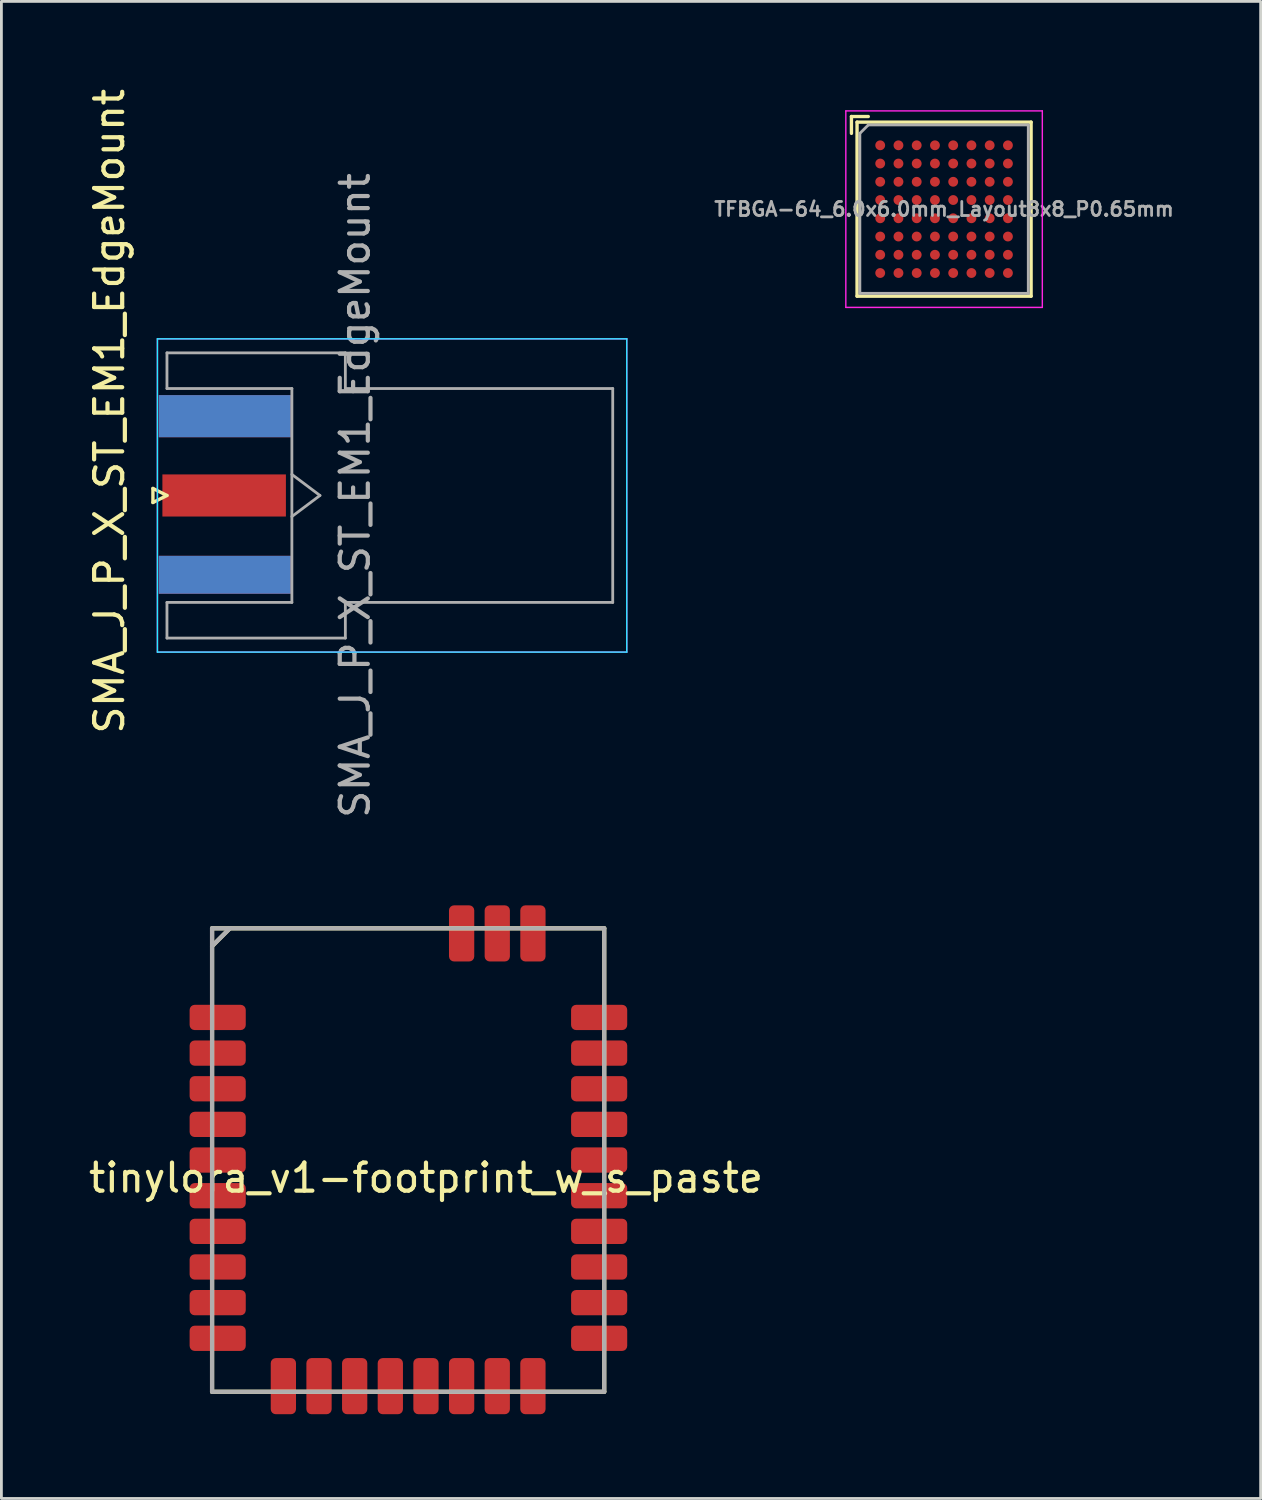
<source format=kicad_pcb>
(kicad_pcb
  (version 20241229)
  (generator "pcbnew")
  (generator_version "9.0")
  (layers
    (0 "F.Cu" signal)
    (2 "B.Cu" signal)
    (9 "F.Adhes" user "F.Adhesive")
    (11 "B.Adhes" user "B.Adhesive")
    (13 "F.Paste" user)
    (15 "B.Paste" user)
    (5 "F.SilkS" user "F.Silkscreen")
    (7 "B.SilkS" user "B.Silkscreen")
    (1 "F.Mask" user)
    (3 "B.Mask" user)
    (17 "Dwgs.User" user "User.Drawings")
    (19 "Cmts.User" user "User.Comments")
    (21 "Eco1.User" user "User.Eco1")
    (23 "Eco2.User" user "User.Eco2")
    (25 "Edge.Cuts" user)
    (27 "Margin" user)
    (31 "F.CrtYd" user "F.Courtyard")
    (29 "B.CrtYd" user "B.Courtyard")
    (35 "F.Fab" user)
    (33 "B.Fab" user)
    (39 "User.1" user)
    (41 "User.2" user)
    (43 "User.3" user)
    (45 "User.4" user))
  (footprint "SMA_J_P_X_ST_EM1_EdgeMount"
    (layer "F.Cu")
    (at 4.808 14.601)
    (property "Reference" "SMA_J_P_X_ST_EM1_EdgeMount" (at -3.96 -3 90) (layer "F.SilkS") (effects (font (size 1 1) (thickness 0.15))))
    (attr smd)
    (fp_line (start -2.41 -0.25) (end -2.41 0.25) (stroke (width 0.12) (type solid)) (layer "F.SilkS"))
    (fp_line (start -2.41 0.25) (end -1.91 0) (stroke (width 0.12) (type solid)) (layer "F.SilkS"))
    (fp_line (start -1.91 0) (end -2.41 -0.25) (stroke (width 0.12) (type solid)) (layer "F.SilkS"))
    (fp_line (start -2.25 5.58) (end -2.25 -5.58) (stroke (width 0.05) (type solid)) (layer "B.CrtYd"))
    (fp_line (start 14.47 -5.58) (end -2.25 -5.58) (stroke (width 0.05) (type solid)) (layer "B.CrtYd"))
    (fp_line (start 14.47 -5.58) (end 14.47 5.58) (stroke (width 0.05) (type solid)) (layer "B.CrtYd"))
    (fp_line (start 14.47 5.58) (end -2.25 5.58) (stroke (width 0.05) (type solid)) (layer "B.CrtYd"))
    (fp_line (start -2.25 5.58) (end -2.25 -5.58) (stroke (width 0.05) (type solid)) (layer "F.CrtYd"))
    (fp_line (start 14.47 -5.58) (end -2.25 -5.58) (stroke (width 0.05) (type solid)) (layer "F.CrtYd"))
    (fp_line (start 14.47 -5.58) (end 14.47 5.58) (stroke (width 0.05) (type solid)) (layer "F.CrtYd"))
    (fp_line (start 14.47 5.58) (end -2.25 5.58) (stroke (width 0.05) (type solid)) (layer "F.CrtYd"))
    (fp_line (start -1.91 -5.08) (end -1.91 -3.81) (stroke (width 0.1) (type solid)) (layer "F.Fab"))
    (fp_line (start -1.91 -5.08) (end 4.445 -5.08) (stroke (width 0.1) (type solid)) (layer "F.Fab"))
    (fp_line (start -1.91 -3.81) (end 2.54 -3.81) (stroke (width 0.1) (type solid)) (layer "F.Fab"))
    (fp_line (start -1.91 3.81) (end -1.91 5.08) (stroke (width 0.1) (type solid)) (layer "F.Fab"))
    (fp_line (start -1.91 5.08) (end 4.445 5.08) (stroke (width 0.1) (type solid)) (layer "F.Fab"))
    (fp_line (start 2.54 -3.81) (end 2.54 3.81) (stroke (width 0.1) (type solid)) (layer "F.Fab"))
    (fp_line (start 2.54 -0.75) (end 3.54 0) (stroke (width 0.1) (type solid)) (layer "F.Fab"))
    (fp_line (start 2.54 3.81) (end -1.91 3.81) (stroke (width 0.1) (type solid)) (layer "F.Fab"))
    (fp_line (start 3.54 0) (end 2.54 0.75) (stroke (width 0.1) (type solid)) (layer "F.Fab"))
    (fp_line (start 4.445 -3.81) (end 4.445 -5.08) (stroke (width 0.1) (type solid)) (layer "F.Fab"))
    (fp_line (start 4.445 -3.81) (end 13.97 -3.81) (stroke (width 0.1) (type solid)) (layer "F.Fab"))
    (fp_line (start 4.445 5.08) (end 4.445 3.81) (stroke (width 0.1) (type solid)) (layer "F.Fab"))
    (fp_line (start 13.97 -3.81) (end 13.97 3.81) (stroke (width 0.1) (type solid)) (layer "F.Fab"))
    (fp_line (start 13.97 3.81) (end 4.445 3.81) (stroke (width 0.1) (type solid)) (layer "F.Fab"))
    (fp_text user "${REFERENCE}" (at 4.79 0 270) (layer "F.Fab") (effects (font (size 1 1) (thickness 0.15))))
    (pad "1" smd rect (at 0.127 0 90) (size 1.5 4.4) (layers "F.Cu" "F.Mask" "F.Paste"))
    (pad "2" smd rect (at 0.15 -2.825 90) (size 1.5 4.7) (layers "F.Cu" "F.Mask" "F.Paste"))
    (pad "2" smd rect (at 0.15 -2.825 90) (size 1.5 4.7) (layers "B.Cu" "B.Mask" "B.Paste"))
    (pad "2" smd rect (at 0.15 2.825 90) (size 1.35 4.7) (layers "F.Cu" "F.Mask" "F.Paste"))
    (pad "2" smd rect (at 0.15 2.825 90) (size 1.35 4.7) (layers "B.Cu" "B.Mask" "B.Paste")))
  (footprint "TFBGA-64_6.0x6.0mm_Layout8x8_P0.65mm"
    (layer "F.Cu")
    (at 30.582 4.401)
    (property "Reference" "TFBGA-64_6.0x6.0mm_Layout8x8_P0.65mm" (at 0 -4.4 0) (layer "F.SilkS") (effects (font (size 0.001 0.001) (thickness 0.15))))
    (attr smd)
    (fp_line (start -3.3 -3.3) (end -3.3 -2.7) (stroke (width 0.12) (type solid)) (layer "F.SilkS"))
    (fp_line (start -3.1 -3.1) (end -3.1 3.1) (stroke (width 0.12) (type solid)) (layer "F.SilkS"))
    (fp_line (start -3.1 -3.1) (end 3.1 -3.1) (stroke (width 0.12) (type solid)) (layer "F.SilkS"))
    (fp_line (start -3.1 3.1) (end 3.1 3.1) (stroke (width 0.12) (type solid)) (layer "F.SilkS"))
    (fp_line (start -2.7 -3.3) (end -3.3 -3.3) (stroke (width 0.12) (type solid)) (layer "F.SilkS"))
    (fp_line (start 3.1 -3.1) (end 3.1 3.1) (stroke (width 0.12) (type solid)) (layer "F.SilkS"))
    (fp_line (start -3.5 -3.5) (end 3.5 -3.5) (stroke (width 0.05) (type solid)) (layer "F.CrtYd"))
    (fp_line (start -3.5 3.5) (end -3.5 -3.5) (stroke (width 0.05) (type solid)) (layer "F.CrtYd"))
    (fp_line (start -3.5 3.5) (end 3.5 3.5) (stroke (width 0.05) (type solid)) (layer "F.CrtYd"))
    (fp_line (start 3.5 3.5) (end 3.5 -3.5) (stroke (width 0.05) (type solid)) (layer "F.CrtYd"))
    (fp_line (start -3 -2.7) (end -2.7 -3) (stroke (width 0.1) (type solid)) (layer "F.Fab"))
    (fp_line (start -3 3) (end -3 -2.7) (stroke (width 0.1) (type solid)) (layer "F.Fab"))
    (fp_line (start -3 3) (end 3 3) (stroke (width 0.1) (type solid)) (layer "F.Fab"))
    (fp_line (start -2.7 -3) (end 3 -3) (stroke (width 0.1) (type solid)) (layer "F.Fab"))
    (fp_line (start 3 3) (end 3 -3) (stroke (width 0.1) (type solid)) (layer "F.Fab"))
    (fp_text user "${REFERENCE}" (at 0 0 0) (layer "F.Fab") (effects (font (size 0.5 0.5) (thickness 0.1))))
    (pad "A1" smd circle (at -2.275 -2.275) (size 0.35 0.35) (layers "F.Cu" "F.Mask" "F.Paste"))
    (pad "A2" smd circle (at -1.625 -2.275) (size 0.35 0.35) (layers "F.Cu" "F.Mask" "F.Paste"))
    (pad "A3" smd circle (at -0.975 -2.275) (size 0.35 0.35) (layers "F.Cu" "F.Mask" "F.Paste"))
    (pad "A4" smd circle (at -0.325 -2.275) (size 0.35 0.35) (layers "F.Cu" "F.Mask" "F.Paste"))
    (pad "A5" smd circle (at 0.325 -2.275) (size 0.35 0.35) (layers "F.Cu" "F.Mask" "F.Paste"))
    (pad "A6" smd circle (at 0.975 -2.275) (size 0.35 0.35) (layers "F.Cu" "F.Mask" "F.Paste"))
    (pad "A7" smd circle (at 1.625 -2.275) (size 0.35 0.35) (layers "F.Cu" "F.Mask" "F.Paste"))
    (pad "A8" smd circle (at 2.275 -2.275) (size 0.35 0.35) (layers "F.Cu" "F.Mask" "F.Paste"))
    (pad "B1" smd circle (at -2.275 -1.625) (size 0.35 0.35) (layers "F.Cu" "F.Mask" "F.Paste"))
    (pad "B2" smd circle (at -1.625 -1.625) (size 0.35 0.35) (layers "F.Cu" "F.Mask" "F.Paste"))
    (pad "B3" smd circle (at -0.975 -1.625) (size 0.35 0.35) (layers "F.Cu" "F.Mask" "F.Paste"))
    (pad "B4" smd circle (at -0.325 -1.625) (size 0.35 0.35) (layers "F.Cu" "F.Mask" "F.Paste"))
    (pad "B5" smd circle (at 0.325 -1.625) (size 0.35 0.35) (layers "F.Cu" "F.Mask" "F.Paste"))
    (pad "B6" smd circle (at 0.975 -1.625) (size 0.35 0.35) (layers "F.Cu" "F.Mask" "F.Paste"))
    (pad "B7" smd circle (at 1.625 -1.625) (size 0.35 0.35) (layers "F.Cu" "F.Mask" "F.Paste"))
    (pad "B8" smd circle (at 2.275 -1.625) (size 0.35 0.35) (layers "F.Cu" "F.Mask" "F.Paste"))
    (pad "C1" smd circle (at -2.275 -0.975) (size 0.35 0.35) (layers "F.Cu" "F.Mask" "F.Paste"))
    (pad "C2" smd circle (at -1.625 -0.975) (size 0.35 0.35) (layers "F.Cu" "F.Mask" "F.Paste"))
    (pad "C3" smd circle (at -0.975 -0.975) (size 0.35 0.35) (layers "F.Cu" "F.Mask" "F.Paste"))
    (pad "C4" smd circle (at -0.325 -0.975) (size 0.35 0.35) (layers "F.Cu" "F.Mask" "F.Paste"))
    (pad "C5" smd circle (at 0.325 -0.975) (size 0.35 0.35) (layers "F.Cu" "F.Mask" "F.Paste"))
    (pad "C6" smd circle (at 0.975 -0.975) (size 0.35 0.35) (layers "F.Cu" "F.Mask" "F.Paste"))
    (pad "C7" smd circle (at 1.625 -0.975) (size 0.35 0.35) (layers "F.Cu" "F.Mask" "F.Paste"))
    (pad "C8" smd circle (at 2.275 -0.975) (size 0.35 0.35) (layers "F.Cu" "F.Mask" "F.Paste"))
    (pad "D1" smd circle (at -2.275 -0.325) (size 0.35 0.35) (layers "F.Cu" "F.Mask" "F.Paste"))
    (pad "D2" smd circle (at -1.625 -0.325) (size 0.35 0.35) (layers "F.Cu" "F.Mask" "F.Paste"))
    (pad "D3" smd circle (at -0.975 -0.325) (size 0.35 0.35) (layers "F.Cu" "F.Mask" "F.Paste"))
    (pad "D4" smd circle (at -0.325 -0.325) (size 0.35 0.35) (layers "F.Cu" "F.Mask" "F.Paste"))
    (pad "D5" smd circle (at 0.325 -0.325) (size 0.35 0.35) (layers "F.Cu" "F.Mask" "F.Paste"))
    (pad "D6" smd circle (at 0.975 -0.325) (size 0.35 0.35) (layers "F.Cu" "F.Mask" "F.Paste"))
    (pad "D7" smd circle (at 1.625 -0.325) (size 0.35 0.35) (layers "F.Cu" "F.Mask" "F.Paste"))
    (pad "D8" smd circle (at 2.275 -0.325) (size 0.35 0.35) (layers "F.Cu" "F.Mask" "F.Paste"))
    (pad "E1" smd circle (at -2.275 0.325) (size 0.35 0.35) (layers "F.Cu" "F.Mask" "F.Paste"))
    (pad "E2" smd circle (at -1.625 0.325) (size 0.35 0.35) (layers "F.Cu" "F.Mask" "F.Paste"))
    (pad "E3" smd circle (at -0.975 0.325) (size 0.35 0.35) (layers "F.Cu" "F.Mask" "F.Paste"))
    (pad "E4" smd circle (at -0.325 0.325) (size 0.35 0.35) (layers "F.Cu" "F.Mask" "F.Paste"))
    (pad "E5" smd circle (at 0.325 0.325) (size 0.35 0.35) (layers "F.Cu" "F.Mask" "F.Paste"))
    (pad "E6" smd circle (at 0.975 0.325) (size 0.35 0.35) (layers "F.Cu" "F.Mask" "F.Paste"))
    (pad "E7" smd circle (at 1.625 0.325) (size 0.35 0.35) (layers "F.Cu" "F.Mask" "F.Paste"))
    (pad "E8" smd circle (at 2.275 0.325) (size 0.35 0.35) (layers "F.Cu" "F.Mask" "F.Paste"))
    (pad "F1" smd circle (at -2.275 0.975) (size 0.35 0.35) (layers "F.Cu" "F.Mask" "F.Paste"))
    (pad "F2" smd circle (at -1.625 0.975) (size 0.35 0.35) (layers "F.Cu" "F.Mask" "F.Paste"))
    (pad "F3" smd circle (at -0.975 0.975) (size 0.35 0.35) (layers "F.Cu" "F.Mask" "F.Paste"))
    (pad "F4" smd circle (at -0.325 0.975) (size 0.35 0.35) (layers "F.Cu" "F.Mask" "F.Paste"))
    (pad "F5" smd circle (at 0.325 0.975) (size 0.35 0.35) (layers "F.Cu" "F.Mask" "F.Paste"))
    (pad "F6" smd circle (at 0.975 0.975) (size 0.35 0.35) (layers "F.Cu" "F.Mask" "F.Paste"))
    (pad "F7" smd circle (at 1.625 0.975) (size 0.35 0.35) (layers "F.Cu" "F.Mask" "F.Paste"))
    (pad "F8" smd circle (at 2.275 0.975) (size 0.35 0.35) (layers "F.Cu" "F.Mask" "F.Paste"))
    (pad "G1" smd circle (at -2.275 1.625) (size 0.35 0.35) (layers "F.Cu" "F.Mask" "F.Paste"))
    (pad "G2" smd circle (at -1.625 1.625) (size 0.35 0.35) (layers "F.Cu" "F.Mask" "F.Paste"))
    (pad "G3" smd circle (at -0.975 1.625) (size 0.35 0.35) (layers "F.Cu" "F.Mask" "F.Paste"))
    (pad "G4" smd circle (at -0.325 1.625) (size 0.35 0.35) (layers "F.Cu" "F.Mask" "F.Paste"))
    (pad "G5" smd circle (at 0.325 1.625) (size 0.35 0.35) (layers "F.Cu" "F.Mask" "F.Paste"))
    (pad "G6" smd circle (at 0.975 1.625) (size 0.35 0.35) (layers "F.Cu" "F.Mask" "F.Paste"))
    (pad "G7" smd circle (at 1.625 1.625) (size 0.35 0.35) (layers "F.Cu" "F.Mask" "F.Paste"))
    (pad "G8" smd circle (at 2.275 1.625) (size 0.35 0.35) (layers "F.Cu" "F.Mask" "F.Paste"))
    (pad "H1" smd circle (at -2.275 2.275) (size 0.35 0.35) (layers "F.Cu" "F.Mask" "F.Paste"))
    (pad "H2" smd circle (at -1.625 2.275) (size 0.35 0.35) (layers "F.Cu" "F.Mask" "F.Paste"))
    (pad "H3" smd circle (at -0.975 2.275) (size 0.35 0.35) (layers "F.Cu" "F.Mask" "F.Paste"))
    (pad "H4" smd circle (at -0.325 2.275) (size 0.35 0.35) (layers "F.Cu" "F.Mask" "F.Paste"))
    (pad "H5" smd circle (at 0.325 2.275) (size 0.35 0.35) (layers "F.Cu" "F.Mask" "F.Paste"))
    (pad "H6" smd circle (at 0.975 2.275) (size 0.35 0.35) (layers "F.Cu" "F.Mask" "F.Paste"))
    (pad "H7" smd circle (at 1.625 2.275) (size 0.35 0.35) (layers "F.Cu" "F.Mask" "F.Paste"))
    (pad "H8" smd circle (at 2.275 2.275) (size 0.35 0.35) (layers "F.Cu" "F.Mask" "F.Paste")))
  (footprint "tinylora_v1-footprint_w_s_paste"
    (layer "F.Cu")
    (at 4.505 33.196)
    (property "Reference" "tinylora_v1-footprint_w_s_paste" (at 7.62 5.715 0) (layer "F.SilkS") (effects (font (size 1 1) (thickness 0.15))))
    (attr through_hole)
    (fp_line (start 0 -3.175) (end 13.97 -3.175) (stroke (width 0.15) (type solid)) (layer "F.SilkS"))
    (fp_line (start 0 13.335) (end 0 -3.175) (stroke (width 0.15) (type solid)) (layer "F.SilkS"))
    (fp_line (start 0.635 -3.175) (end 0 -2.54) (stroke (width 0.15) (type solid)) (layer "F.SilkS"))
    (fp_line (start 13.97 -3.175) (end 13.97 13.335) (stroke (width 0.15) (type solid)) (layer "F.SilkS"))
    (fp_line (start 13.97 13.335) (end 0 13.335) (stroke (width 0.15) (type solid)) (layer "F.SilkS"))
    (fp_line (start 0 -3.175) (end 13.97 -3.175) (stroke (width 0.15) (type solid)) (layer "F.Fab"))
    (fp_line (start 0 13.335) (end 0 -3.175) (stroke (width 0.15) (type solid)) (layer "F.Fab"))
    (fp_line (start 0.635 -3.175) (end 0 -2.54) (stroke (width 0.15) (type solid)) (layer "F.Fab"))
    (fp_line (start 13.97 -3.175) (end 13.97 13.335) (stroke (width 0.15) (type solid)) (layer "F.Fab"))
    (fp_line (start 13.97 13.335) (end 0 13.335) (stroke (width 0.15) (type solid)) (layer "F.Fab"))
    (pad "1" smd roundrect (at 0 0) (size 2 0.9) (drill (offset 0.2 0)) (layers "F.Cu" "F.Mask" "F.Paste") (roundrect_rratio 0.2))
    (pad "2" smd roundrect (at 0 1.27) (size 2 0.9) (drill (offset 0.2 0)) (layers "F.Cu" "F.Mask" "F.Paste") (roundrect_rratio 0.2))
    (pad "3" smd roundrect (at 0 2.54) (size 2 0.9) (drill (offset 0.2 0)) (layers "F.Cu" "F.Mask" "F.Paste") (roundrect_rratio 0.2))
    (pad "4" smd roundrect (at 0 3.81) (size 2 0.9) (drill (offset 0.2 0)) (layers "F.Cu" "F.Mask" "F.Paste") (roundrect_rratio 0.2))
    (pad "5" smd roundrect (at 0 5.08) (size 2 0.9) (drill (offset 0.2 0)) (layers "F.Cu" "F.Mask" "F.Paste") (roundrect_rratio 0.2))
    (pad "6" smd roundrect (at 0 6.35) (size 2 0.9) (drill (offset 0.2 0)) (layers "F.Cu" "F.Mask" "F.Paste") (roundrect_rratio 0.2))
    (pad "7" smd roundrect (at 0 7.62) (size 2 0.9) (drill (offset 0.2 0)) (layers "F.Cu" "F.Mask" "F.Paste") (roundrect_rratio 0.2))
    (pad "8" smd roundrect (at 0 8.89) (size 2 0.9) (drill (offset 0.2 0)) (layers "F.Cu" "F.Mask" "F.Paste") (roundrect_rratio 0.2))
    (pad "9" smd roundrect (at 0 10.16) (size 2 0.9) (drill (offset 0.2 0)) (layers "F.Cu" "F.Mask" "F.Paste") (roundrect_rratio 0.2))
    (pad "10" smd roundrect (at 0 11.43) (size 2 0.9) (drill (offset 0.2 0)) (layers "F.Cu" "F.Mask" "F.Paste") (roundrect_rratio 0.2))
    (pad "11" smd roundrect (at 2.54 13.335 90) (size 2 0.9) (drill (offset 0.2 0)) (layers "F.Cu" "F.Mask" "F.Paste") (roundrect_rratio 0.2))
    (pad "12" smd roundrect (at 3.81 13.335 90) (size 2 0.9) (drill (offset 0.2 0)) (layers "F.Cu" "F.Mask" "F.Paste") (roundrect_rratio 0.2))
    (pad "13" smd roundrect (at 5.08 13.335 90) (size 2 0.9) (drill (offset 0.2 0)) (layers "F.Cu" "F.Mask" "F.Paste") (roundrect_rratio 0.2))
    (pad "14" smd roundrect (at 6.35 13.335 90) (size 2 0.9) (drill (offset 0.2 0)) (layers "F.Cu" "F.Mask" "F.Paste") (roundrect_rratio 0.2))
    (pad "15" smd roundrect (at 7.62 13.335 90) (size 2 0.9) (drill (offset 0.2 0)) (layers "F.Cu" "F.Mask" "F.Paste") (roundrect_rratio 0.2))
    (pad "16" smd roundrect (at 8.89 13.335 90) (size 2 0.9) (drill (offset 0.2 0)) (layers "F.Cu" "F.Mask" "F.Paste") (roundrect_rratio 0.2))
    (pad "17" smd roundrect (at 10.16 13.335 90) (size 2 0.9) (drill (offset 0.2 0)) (layers "F.Cu" "F.Mask" "F.Paste") (roundrect_rratio 0.2))
    (pad "18" smd roundrect (at 11.43 13.335 90) (size 2 0.9) (drill (offset 0.2 0)) (layers "F.Cu" "F.Mask" "F.Paste") (roundrect_rratio 0.2))
    (pad "19" smd roundrect (at 13.589 11.43) (size 2 0.9) (drill (offset 0.2 0)) (layers "F.Cu" "F.Mask" "F.Paste") (roundrect_rratio 0.2))
    (pad "20" smd roundrect (at 13.589 10.16) (size 2 0.9) (drill (offset 0.2 0)) (layers "F.Cu" "F.Mask" "F.Paste") (roundrect_rratio 0.2))
    (pad "21" smd roundrect (at 13.589 8.89) (size 2 0.9) (drill (offset 0.2 0)) (layers "F.Cu" "F.Mask" "F.Paste") (roundrect_rratio 0.2))
    (pad "22" smd roundrect (at 13.589 7.62) (size 2 0.9) (drill (offset 0.2 0)) (layers "F.Cu" "F.Mask" "F.Paste") (roundrect_rratio 0.2))
    (pad "23" smd roundrect (at 13.589 6.35) (size 2 0.9) (drill (offset 0.2 0)) (layers "F.Cu" "F.Mask" "F.Paste") (roundrect_rratio 0.2))
    (pad "24" smd roundrect (at 13.589 5.08) (size 2 0.9) (drill (offset 0.2 0)) (layers "F.Cu" "F.Mask" "F.Paste") (roundrect_rratio 0.2))
    (pad "25" smd roundrect (at 13.589 3.81) (size 2 0.9) (drill (offset 0.2 0)) (layers "F.Cu" "F.Mask" "F.Paste") (roundrect_rratio 0.2))
    (pad "26" smd roundrect (at 13.589 2.54) (size 2 0.9) (drill (offset 0.2 0)) (layers "F.Cu" "F.Mask" "F.Paste") (roundrect_rratio 0.2))
    (pad "27" smd roundrect (at 13.589 1.27) (size 2 0.9) (drill (offset 0.2 0)) (layers "F.Cu" "F.Mask" "F.Paste") (roundrect_rratio 0.2))
    (pad "28" smd roundrect (at 13.589 0) (size 2 0.9) (drill (offset 0.2 0)) (layers "F.Cu" "F.Mask" "F.Paste") (roundrect_rratio 0.2))
    (pad "29" smd roundrect (at 11.43 -2.794 90) (size 2 0.9) (drill (offset 0.2 0)) (layers "F.Cu" "F.Mask" "F.Paste") (roundrect_rratio 0.2))
    (pad "30" smd roundrect (at 10.16 -2.794 90) (size 2 0.9) (drill (offset 0.2 0)) (layers "F.Cu" "F.Mask" "F.Paste") (roundrect_rratio 0.2))
    (pad "31" smd roundrect (at 8.89 -2.794 90) (size 2 0.9) (drill (offset 0.2 0)) (layers "F.Cu" "F.Mask" "F.Paste") (roundrect_rratio 0.2)))
  (gr_rect
    (start -3 -3)
    (end 41.86 50.331)
    (stroke (width 0.1) (type default))
    (fill no)
    (layer "Edge.Cuts")))
</source>
